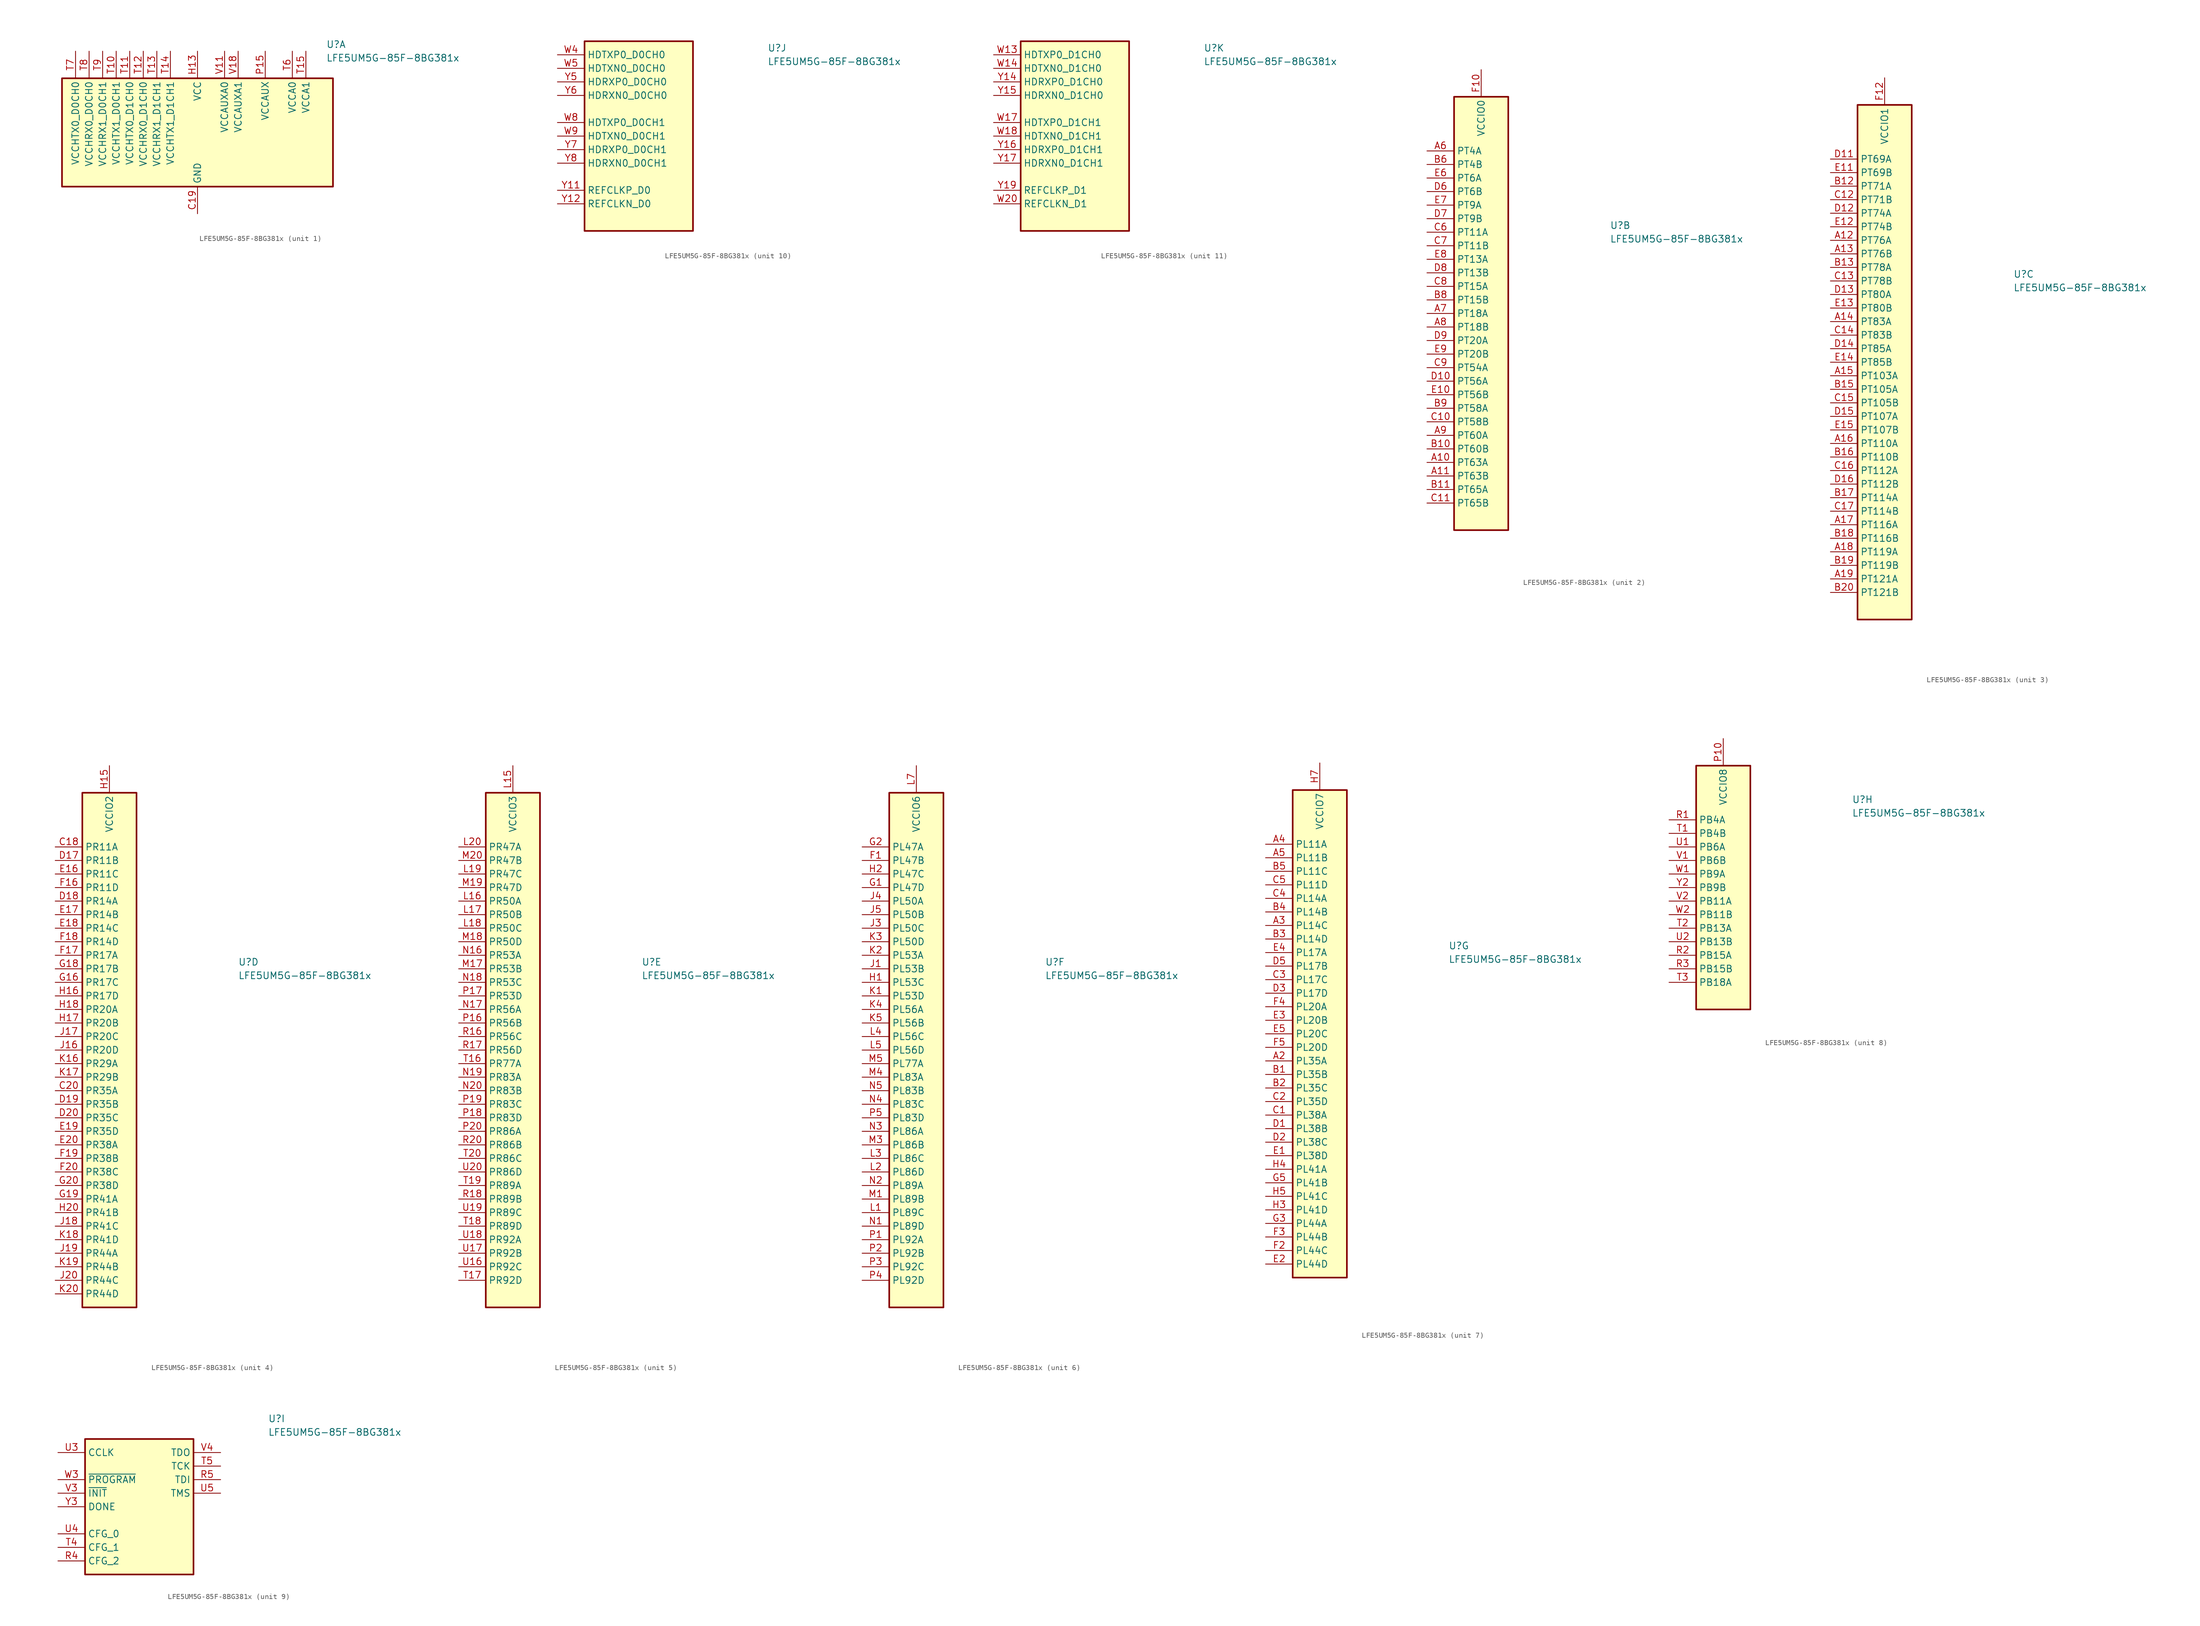
<source format=kicad_sym>
(kicad_symbol_lib
  (version 20220914)
  (generator kicad_symbol_editor)
  (symbol "LFE5UM5G-85F-8BG381x"
    (property "Reference" "U"
      (at 24.13 16.51 0)
      (effects (font (size 1.27 1.27)) (justify left)))
    (property "Value" "LFE5UM5G-85F-8BG381x"
      (at 24.13 13.97 0)
      (effects (font (size 1.27 1.27)) (justify left)))
    (property "ki_locked" ""
      (at 0 0 0)
      (effects (font (size 1.27 1.27))))
    (symbol "LFE5UM5G-85F-8BG381x_1_1"
      (rectangle (start -25.4 10.16) (end 25.4 -10.16) (stroke (width 0.305) (type default)) (fill (type background)))
      (pin passive line (at 0 -15.24 90) (length 5.08) hide (name "GND" (effects (font (size 1.27 1.27)))) (number "B14" (effects (font (size 1.27 1.27)))))
      (pin passive line (at 0 -15.24 90) (length 5.08) hide (name "GND" (effects (font (size 1.27 1.27)))) (number "B7" (effects (font (size 1.27 1.27)))))
      (pin power_in line (at 0 -15.24 90) (length 5.08) (name "GND" (effects (font (size 1.27 1.27)))) (number "C19" (effects (font (size 1.27 1.27)))))
      (pin passive line (at 0 -15.24 90) (length 5.08) hide (name "GND" (effects (font (size 1.27 1.27)))) (number "D4" (effects (font (size 1.27 1.27)))))
      (pin passive line (at 0 -15.24 90) (length 5.08) hide (name "GND" (effects (font (size 1.27 1.27)))) (number "F13" (effects (font (size 1.27 1.27)))))
      (pin passive line (at 0 -15.24 90) (length 5.08) hide (name "GND" (effects (font (size 1.27 1.27)))) (number "F14" (effects (font (size 1.27 1.27)))))
      (pin passive line (at 12.7 15.24 270) (length 5.08) hide (name "VCCAUX" (effects (font (size 1.27 1.27)))) (number "F15" (effects (font (size 1.27 1.27)))))
      (pin passive line (at 12.7 15.24 270) (length 5.08) hide (name "VCCAUX" (effects (font (size 1.27 1.27)))) (number "F6" (effects (font (size 1.27 1.27)))))
      (pin passive line (at 0 -15.24 90) (length 5.08) hide (name "GND" (effects (font (size 1.27 1.27)))) (number "F7" (effects (font (size 1.27 1.27)))))
      (pin passive line (at 0 -15.24 90) (length 5.08) hide (name "GND" (effects (font (size 1.27 1.27)))) (number "F8" (effects (font (size 1.27 1.27)))))
      (pin passive line (at 0 -15.24 90) (length 5.08) hide (name "GND" (effects (font (size 1.27 1.27)))) (number "G10" (effects (font (size 1.27 1.27)))))
      (pin passive line (at 0 -15.24 90) (length 5.08) hide (name "GND" (effects (font (size 1.27 1.27)))) (number "G11" (effects (font (size 1.27 1.27)))))
      (pin passive line (at 0 -15.24 90) (length 5.08) hide (name "GND" (effects (font (size 1.27 1.27)))) (number "G12" (effects (font (size 1.27 1.27)))))
      (pin passive line (at 0 -15.24 90) (length 5.08) hide (name "GND" (effects (font (size 1.27 1.27)))) (number "G13" (effects (font (size 1.27 1.27)))))
      (pin passive line (at 0 -15.24 90) (length 5.08) hide (name "GND" (effects (font (size 1.27 1.27)))) (number "G14" (effects (font (size 1.27 1.27)))))
      (pin passive line (at 0 -15.24 90) (length 5.08) hide (name "GND" (effects (font (size 1.27 1.27)))) (number "G15" (effects (font (size 1.27 1.27)))))
      (pin passive line (at 0 -15.24 90) (length 5.08) hide (name "GND" (effects (font (size 1.27 1.27)))) (number "G17" (effects (font (size 1.27 1.27)))))
      (pin passive line (at 0 -15.24 90) (length 5.08) hide (name "GND" (effects (font (size 1.27 1.27)))) (number "G4" (effects (font (size 1.27 1.27)))))
      (pin passive line (at 0 -15.24 90) (length 5.08) hide (name "GND" (effects (font (size 1.27 1.27)))) (number "G6" (effects (font (size 1.27 1.27)))))
      (pin passive line (at 0 -15.24 90) (length 5.08) hide (name "GND" (effects (font (size 1.27 1.27)))) (number "G7" (effects (font (size 1.27 1.27)))))
      (pin passive line (at 0 -15.24 90) (length 5.08) hide (name "GND" (effects (font (size 1.27 1.27)))) (number "G8" (effects (font (size 1.27 1.27)))))
      (pin passive line (at 0 -15.24 90) (length 5.08) hide (name "GND" (effects (font (size 1.27 1.27)))) (number "G9" (effects (font (size 1.27 1.27)))))
      (pin passive line (at 0 15.24 270) (length 5.08) hide (name "VCC" (effects (font (size 1.27 1.27)))) (number "H10" (effects (font (size 1.27 1.27)))))
      (pin passive line (at 0 15.24 270) (length 5.08) hide (name "VCC" (effects (font (size 1.27 1.27)))) (number "H11" (effects (font (size 1.27 1.27)))))
      (pin passive line (at 0 15.24 270) (length 5.08) hide (name "VCC" (effects (font (size 1.27 1.27)))) (number "H12" (effects (font (size 1.27 1.27)))))
      (pin power_in line (at 0 15.24 270) (length 5.08) (name "VCC" (effects (font (size 1.27 1.27)))) (number "H13" (effects (font (size 1.27 1.27)))))
      (pin passive line (at 0 -15.24 90) (length 5.08) hide (name "GND" (effects (font (size 1.27 1.27)))) (number "H19" (effects (font (size 1.27 1.27)))))
      (pin passive line (at 0 15.24 270) (length 5.08) hide (name "VCC" (effects (font (size 1.27 1.27)))) (number "H8" (effects (font (size 1.27 1.27)))))
      (pin passive line (at 0 15.24 270) (length 5.08) hide (name "VCC" (effects (font (size 1.27 1.27)))) (number "H9" (effects (font (size 1.27 1.27)))))
      (pin passive line (at 0 -15.24 90) (length 5.08) hide (name "GND" (effects (font (size 1.27 1.27)))) (number "J10" (effects (font (size 1.27 1.27)))))
      (pin passive line (at 0 -15.24 90) (length 5.08) hide (name "GND" (effects (font (size 1.27 1.27)))) (number "J11" (effects (font (size 1.27 1.27)))))
      (pin passive line (at 0 -15.24 90) (length 5.08) hide (name "GND" (effects (font (size 1.27 1.27)))) (number "J12" (effects (font (size 1.27 1.27)))))
      (pin passive line (at 0 15.24 270) (length 5.08) hide (name "VCC" (effects (font (size 1.27 1.27)))) (number "J13" (effects (font (size 1.27 1.27)))))
      (pin passive line (at 0 -15.24 90) (length 5.08) hide (name "GND" (effects (font (size 1.27 1.27)))) (number "J14" (effects (font (size 1.27 1.27)))))
      (pin passive line (at 0 -15.24 90) (length 5.08) hide (name "GND" (effects (font (size 1.27 1.27)))) (number "J2" (effects (font (size 1.27 1.27)))))
      (pin passive line (at 0 -15.24 90) (length 5.08) hide (name "GND" (effects (font (size 1.27 1.27)))) (number "J7" (effects (font (size 1.27 1.27)))))
      (pin passive line (at 0 15.24 270) (length 5.08) hide (name "VCC" (effects (font (size 1.27 1.27)))) (number "J8" (effects (font (size 1.27 1.27)))))
      (pin passive line (at 0 -15.24 90) (length 5.08) hide (name "GND" (effects (font (size 1.27 1.27)))) (number "J9" (effects (font (size 1.27 1.27)))))
      (pin passive line (at 0 -15.24 90) (length 5.08) hide (name "GND" (effects (font (size 1.27 1.27)))) (number "K10" (effects (font (size 1.27 1.27)))))
      (pin passive line (at 0 -15.24 90) (length 5.08) hide (name "GND" (effects (font (size 1.27 1.27)))) (number "K11" (effects (font (size 1.27 1.27)))))
      (pin passive line (at 0 -15.24 90) (length 5.08) hide (name "GND" (effects (font (size 1.27 1.27)))) (number "K12" (effects (font (size 1.27 1.27)))))
      (pin passive line (at 0 15.24 270) (length 5.08) hide (name "VCC" (effects (font (size 1.27 1.27)))) (number "K13" (effects (font (size 1.27 1.27)))))
      (pin passive line (at 0 -15.24 90) (length 5.08) hide (name "GND" (effects (font (size 1.27 1.27)))) (number "K14" (effects (font (size 1.27 1.27)))))
      (pin passive line (at 0 -15.24 90) (length 5.08) hide (name "GND" (effects (font (size 1.27 1.27)))) (number "K15" (effects (font (size 1.27 1.27)))))
      (pin passive line (at 0 -15.24 90) (length 5.08) hide (name "GND" (effects (font (size 1.27 1.27)))) (number "K6" (effects (font (size 1.27 1.27)))))
      (pin passive line (at 0 -15.24 90) (length 5.08) hide (name "GND" (effects (font (size 1.27 1.27)))) (number "K7" (effects (font (size 1.27 1.27)))))
      (pin passive line (at 0 15.24 270) (length 5.08) hide (name "VCC" (effects (font (size 1.27 1.27)))) (number "K8" (effects (font (size 1.27 1.27)))))
      (pin passive line (at 0 -15.24 90) (length 5.08) hide (name "GND" (effects (font (size 1.27 1.27)))) (number "K9" (effects (font (size 1.27 1.27)))))
      (pin passive line (at 0 -15.24 90) (length 5.08) hide (name "GND" (effects (font (size 1.27 1.27)))) (number "L10" (effects (font (size 1.27 1.27)))))
      (pin passive line (at 0 -15.24 90) (length 5.08) hide (name "GND" (effects (font (size 1.27 1.27)))) (number "L11" (effects (font (size 1.27 1.27)))))
      (pin passive line (at 0 -15.24 90) (length 5.08) hide (name "GND" (effects (font (size 1.27 1.27)))) (number "L12" (effects (font (size 1.27 1.27)))))
      (pin passive line (at 0 15.24 270) (length 5.08) hide (name "VCC" (effects (font (size 1.27 1.27)))) (number "L13" (effects (font (size 1.27 1.27)))))
      (pin passive line (at 0 15.24 270) (length 5.08) hide (name "VCC" (effects (font (size 1.27 1.27)))) (number "L8" (effects (font (size 1.27 1.27)))))
      (pin passive line (at 0 -15.24 90) (length 5.08) hide (name "GND" (effects (font (size 1.27 1.27)))) (number "L9" (effects (font (size 1.27 1.27)))))
      (pin passive line (at 0 -15.24 90) (length 5.08) hide (name "GND" (effects (font (size 1.27 1.27)))) (number "M10" (effects (font (size 1.27 1.27)))))
      (pin passive line (at 0 -15.24 90) (length 5.08) hide (name "GND" (effects (font (size 1.27 1.27)))) (number "M11" (effects (font (size 1.27 1.27)))))
      (pin passive line (at 0 -15.24 90) (length 5.08) hide (name "GND" (effects (font (size 1.27 1.27)))) (number "M12" (effects (font (size 1.27 1.27)))))
      (pin passive line (at 0 15.24 270) (length 5.08) hide (name "VCC" (effects (font (size 1.27 1.27)))) (number "M13" (effects (font (size 1.27 1.27)))))
      (pin passive line (at 0 -15.24 90) (length 5.08) hide (name "GND" (effects (font (size 1.27 1.27)))) (number "M14" (effects (font (size 1.27 1.27)))))
      (pin passive line (at 0 -15.24 90) (length 5.08) hide (name "GND" (effects (font (size 1.27 1.27)))) (number "M16" (effects (font (size 1.27 1.27)))))
      (pin passive line (at 0 -15.24 90) (length 5.08) hide (name "GND" (effects (font (size 1.27 1.27)))) (number "M2" (effects (font (size 1.27 1.27)))))
      (pin passive line (at 0 -15.24 90) (length 5.08) hide (name "GND" (effects (font (size 1.27 1.27)))) (number "M7" (effects (font (size 1.27 1.27)))))
      (pin passive line (at 0 15.24 270) (length 5.08) hide (name "VCC" (effects (font (size 1.27 1.27)))) (number "M8" (effects (font (size 1.27 1.27)))))
      (pin passive line (at 0 -15.24 90) (length 5.08) hide (name "GND" (effects (font (size 1.27 1.27)))) (number "M9" (effects (font (size 1.27 1.27)))))
      (pin passive line (at 0 15.24 270) (length 5.08) hide (name "VCC" (effects (font (size 1.27 1.27)))) (number "N10" (effects (font (size 1.27 1.27)))))
      (pin passive line (at 0 15.24 270) (length 5.08) hide (name "VCC" (effects (font (size 1.27 1.27)))) (number "N11" (effects (font (size 1.27 1.27)))))
      (pin passive line (at 0 15.24 270) (length 5.08) hide (name "VCC" (effects (font (size 1.27 1.27)))) (number "N12" (effects (font (size 1.27 1.27)))))
      (pin passive line (at 0 15.24 270) (length 5.08) hide (name "VCC" (effects (font (size 1.27 1.27)))) (number "N13" (effects (font (size 1.27 1.27)))))
      (pin passive line (at 0 -15.24 90) (length 5.08) hide (name "GND" (effects (font (size 1.27 1.27)))) (number "N14" (effects (font (size 1.27 1.27)))))
      (pin passive line (at 0 -15.24 90) (length 5.08) hide (name "GND" (effects (font (size 1.27 1.27)))) (number "N15" (effects (font (size 1.27 1.27)))))
      (pin passive line (at 0 -15.24 90) (length 5.08) hide (name "GND" (effects (font (size 1.27 1.27)))) (number "N6" (effects (font (size 1.27 1.27)))))
      (pin passive line (at 0 -15.24 90) (length 5.08) hide (name "GND" (effects (font (size 1.27 1.27)))) (number "N7" (effects (font (size 1.27 1.27)))))
      (pin passive line (at 0 15.24 270) (length 5.08) hide (name "VCC" (effects (font (size 1.27 1.27)))) (number "N8" (effects (font (size 1.27 1.27)))))
      (pin passive line (at 0 15.24 270) (length 5.08) hide (name "VCC" (effects (font (size 1.27 1.27)))) (number "N9" (effects (font (size 1.27 1.27)))))
      (pin passive line (at 0 -15.24 90) (length 5.08) hide (name "GND" (effects (font (size 1.27 1.27)))) (number "P11" (effects (font (size 1.27 1.27)))))
      (pin passive line (at 0 -15.24 90) (length 5.08) hide (name "GND" (effects (font (size 1.27 1.27)))) (number "P12" (effects (font (size 1.27 1.27)))))
      (pin passive line (at 0 -15.24 90) (length 5.08) hide (name "GND" (effects (font (size 1.27 1.27)))) (number "P13" (effects (font (size 1.27 1.27)))))
      (pin passive line (at 0 -15.24 90) (length 5.08) hide (name "GND" (effects (font (size 1.27 1.27)))) (number "P14" (effects (font (size 1.27 1.27)))))
      (pin power_in line (at 12.7 15.24 270) (length 5.08) (name "VCCAUX" (effects (font (size 1.27 1.27)))) (number "P15" (effects (font (size 1.27 1.27)))))
      (pin passive line (at 12.7 15.24 270) (length 5.08) hide (name "VCCAUX" (effects (font (size 1.27 1.27)))) (number "P6" (effects (font (size 1.27 1.27)))))
      (pin passive line (at 0 -15.24 90) (length 5.08) hide (name "GND" (effects (font (size 1.27 1.27)))) (number "P7" (effects (font (size 1.27 1.27)))))
      (pin passive line (at 0 -15.24 90) (length 5.08) hide (name "GND" (effects (font (size 1.27 1.27)))) (number "P8" (effects (font (size 1.27 1.27)))))
      (pin passive line (at 0 -15.24 90) (length 5.08) hide (name "GND" (effects (font (size 1.27 1.27)))) (number "R19" (effects (font (size 1.27 1.27)))))
      (pin power_in line (at -15.24 15.24 270) (length 5.08) (name "VCCHTX1_D0CH1" (effects (font (size 1.27 1.27)))) (number "T10" (effects (font (size 1.27 1.27)))))
      (pin power_in line (at -12.7 15.24 270) (length 5.08) (name "VCCHTX0_D1CH0" (effects (font (size 1.27 1.27)))) (number "T11" (effects (font (size 1.27 1.27)))))
      (pin power_in line (at -10.16 15.24 270) (length 5.08) (name "VCCHRX0_D1CH0" (effects (font (size 1.27 1.27)))) (number "T12" (effects (font (size 1.27 1.27)))))
      (pin power_in line (at -7.62 15.24 270) (length 5.08) (name "VCCHRX1_D1CH1" (effects (font (size 1.27 1.27)))) (number "T13" (effects (font (size 1.27 1.27)))))
      (pin power_in line (at -5.08 15.24 270) (length 5.08) (name "VCCHTX1_D1CH1" (effects (font (size 1.27 1.27)))) (number "T14" (effects (font (size 1.27 1.27)))))
      (pin power_in line (at 20.32 15.24 270) (length 5.08) (name "VCCA1" (effects (font (size 1.27 1.27)))) (number "T15" (effects (font (size 1.27 1.27)))))
      (pin power_in line (at 17.78 15.24 270) (length 5.08) (name "VCCA0" (effects (font (size 1.27 1.27)))) (number "T6" (effects (font (size 1.27 1.27)))))
      (pin power_in line (at -22.86 15.24 270) (length 5.08) (name "VCCHTX0_D0CH0" (effects (font (size 1.27 1.27)))) (number "T7" (effects (font (size 1.27 1.27)))))
      (pin power_in line (at -20.32 15.24 270) (length 5.08) (name "VCCHRX0_D0CH0" (effects (font (size 1.27 1.27)))) (number "T8" (effects (font (size 1.27 1.27)))))
      (pin power_in line (at -17.78 15.24 270) (length 5.08) (name "VCCHRX1_D0CH1" (effects (font (size 1.27 1.27)))) (number "T9" (effects (font (size 1.27 1.27)))))
      (pin passive line (at 0 -15.24 90) (length 5.08) hide (name "GND" (effects (font (size 1.27 1.27)))) (number "U10" (effects (font (size 1.27 1.27)))))
      (pin passive line (at 0 -15.24 90) (length 5.08) hide (name "GND" (effects (font (size 1.27 1.27)))) (number "U11" (effects (font (size 1.27 1.27)))))
      (pin passive line (at 0 -15.24 90) (length 5.08) hide (name "GND" (effects (font (size 1.27 1.27)))) (number "U12" (effects (font (size 1.27 1.27)))))
      (pin passive line (at 0 -15.24 90) (length 5.08) hide (name "GND" (effects (font (size 1.27 1.27)))) (number "U13" (effects (font (size 1.27 1.27)))))
      (pin passive line (at 0 -15.24 90) (length 5.08) hide (name "GND" (effects (font (size 1.27 1.27)))) (number "U14" (effects (font (size 1.27 1.27)))))
      (pin passive line (at 20.32 15.24 270) (length 5.08) hide (name "VCCA1" (effects (font (size 1.27 1.27)))) (number "U15" (effects (font (size 1.27 1.27)))))
      (pin passive line (at 17.78 15.24 270) (length 5.08) hide (name "VCCA0" (effects (font (size 1.27 1.27)))) (number "U6" (effects (font (size 1.27 1.27)))))
      (pin passive line (at 0 -15.24 90) (length 5.08) hide (name "GND" (effects (font (size 1.27 1.27)))) (number "U7" (effects (font (size 1.27 1.27)))))
      (pin passive line (at 0 -15.24 90) (length 5.08) hide (name "GND" (effects (font (size 1.27 1.27)))) (number "U8" (effects (font (size 1.27 1.27)))))
      (pin passive line (at 0 -15.24 90) (length 5.08) hide (name "GND" (effects (font (size 1.27 1.27)))) (number "U9" (effects (font (size 1.27 1.27)))))
      (pin passive line (at 5.08 15.24 270) (length 5.08) hide (name "VCCAUXA0" (effects (font (size 1.27 1.27)))) (number "V10" (effects (font (size 1.27 1.27)))))
      (pin power_in line (at 5.08 15.24 270) (length 5.08) (name "VCCAUXA0" (effects (font (size 1.27 1.27)))) (number "V11" (effects (font (size 1.27 1.27)))))
      (pin passive line (at 0 -15.24 90) (length 5.08) hide (name "GND" (effects (font (size 1.27 1.27)))) (number "V12" (effects (font (size 1.27 1.27)))))
      (pin passive line (at 0 -15.24 90) (length 5.08) hide (name "GND" (effects (font (size 1.27 1.27)))) (number "V13" (effects (font (size 1.27 1.27)))))
      (pin passive line (at 0 -15.24 90) (length 5.08) hide (name "GND" (effects (font (size 1.27 1.27)))) (number "V14" (effects (font (size 1.27 1.27)))))
      (pin passive line (at 0 -15.24 90) (length 5.08) hide (name "GND" (effects (font (size 1.27 1.27)))) (number "V15" (effects (font (size 1.27 1.27)))))
      (pin passive line (at 0 -15.24 90) (length 5.08) hide (name "GND" (effects (font (size 1.27 1.27)))) (number "V16" (effects (font (size 1.27 1.27)))))
      (pin passive line (at 7.62 15.24 270) (length 5.08) hide (name "VCCAUXA1" (effects (font (size 1.27 1.27)))) (number "V17" (effects (font (size 1.27 1.27)))))
      (pin power_in line (at 7.62 15.24 270) (length 5.08) (name "VCCAUXA1" (effects (font (size 1.27 1.27)))) (number "V18" (effects (font (size 1.27 1.27)))))
      (pin passive line (at 0 -15.24 90) (length 5.08) hide (name "GND" (effects (font (size 1.27 1.27)))) (number "V19" (effects (font (size 1.27 1.27)))))
      (pin passive line (at 0 -15.24 90) (length 5.08) hide (name "GND" (effects (font (size 1.27 1.27)))) (number "V20" (effects (font (size 1.27 1.27)))))
      (pin passive line (at 0 -15.24 90) (length 5.08) hide (name "GND" (effects (font (size 1.27 1.27)))) (number "V5" (effects (font (size 1.27 1.27)))))
      (pin passive line (at 0 -15.24 90) (length 5.08) hide (name "GND" (effects (font (size 1.27 1.27)))) (number "V6" (effects (font (size 1.27 1.27)))))
      (pin passive line (at 0 -15.24 90) (length 5.08) hide (name "GND" (effects (font (size 1.27 1.27)))) (number "V7" (effects (font (size 1.27 1.27)))))
      (pin passive line (at 0 -15.24 90) (length 5.08) hide (name "GND" (effects (font (size 1.27 1.27)))) (number "V8" (effects (font (size 1.27 1.27)))))
      (pin passive line (at 0 -15.24 90) (length 5.08) hide (name "GND" (effects (font (size 1.27 1.27)))) (number "V9" (effects (font (size 1.27 1.27)))))
      (pin passive line (at 0 -15.24 90) (length 5.08) hide (name "GND" (effects (font (size 1.27 1.27)))) (number "W12" (effects (font (size 1.27 1.27)))))
      (pin passive line (at 0 -15.24 90) (length 5.08) hide (name "GND" (effects (font (size 1.27 1.27)))) (number "W15" (effects (font (size 1.27 1.27)))))
      (pin passive line (at 0 -15.24 90) (length 5.08) hide (name "GND" (effects (font (size 1.27 1.27)))) (number "W16" (effects (font (size 1.27 1.27)))))
      (pin passive line (at 0 -15.24 90) (length 5.08) hide (name "GND" (effects (font (size 1.27 1.27)))) (number "W19" (effects (font (size 1.27 1.27)))))
      (pin passive line (at 0 -15.24 90) (length 5.08) hide (name "GND" (effects (font (size 1.27 1.27)))) (number "W6" (effects (font (size 1.27 1.27)))))
      (pin passive line (at 0 -15.24 90) (length 5.08) hide (name "GND" (effects (font (size 1.27 1.27)))) (number "W7" (effects (font (size 1.27 1.27))))))
    (symbol "LFE5UM5G-85F-8BG381x_2_1"
      (rectangle (start -5.08 40.64) (end 5.08 -40.64) (stroke (width 0.305) (type default)) (fill (type background)))
      (pin bidirectional line (at -10.16 -27.94 0) (length 5.08) (name "PT63A" (effects (font (size 1.27 1.27)))) (number "A10" (effects (font (size 1.27 1.27)))))
      (pin bidirectional line (at -10.16 -30.48 0) (length 5.08) (name "PT63B" (effects (font (size 1.27 1.27)))) (number "A11" (effects (font (size 1.27 1.27)))))
      (pin bidirectional line (at -10.16 30.48 0) (length 5.08) (name "PT4A" (effects (font (size 1.27 1.27)))) (number "A6" (effects (font (size 1.27 1.27)))))
      (pin bidirectional line (at -10.16 0 0) (length 5.08) (name "PT18A" (effects (font (size 1.27 1.27)))) (number "A7" (effects (font (size 1.27 1.27)))))
      (pin bidirectional line (at -10.16 -2.54 0) (length 5.08) (name "PT18B" (effects (font (size 1.27 1.27)))) (number "A8" (effects (font (size 1.27 1.27)))))
      (pin bidirectional line (at -10.16 -22.86 0) (length 5.08) (name "PT60A" (effects (font (size 1.27 1.27)))) (number "A9" (effects (font (size 1.27 1.27)))))
      (pin bidirectional line (at -10.16 -25.4 0) (length 5.08) (name "PT60B" (effects (font (size 1.27 1.27)))) (number "B10" (effects (font (size 1.27 1.27)))))
      (pin bidirectional line (at -10.16 -33.02 0) (length 5.08) (name "PT65A" (effects (font (size 1.27 1.27)))) (number "B11" (effects (font (size 1.27 1.27)))))
      (pin bidirectional line (at -10.16 27.94 0) (length 5.08) (name "PT4B" (effects (font (size 1.27 1.27)))) (number "B6" (effects (font (size 1.27 1.27)))))
      (pin bidirectional line (at -10.16 2.54 0) (length 5.08) (name "PT15B" (effects (font (size 1.27 1.27)))) (number "B8" (effects (font (size 1.27 1.27)))))
      (pin bidirectional line (at -10.16 -17.78 0) (length 5.08) (name "PT58A" (effects (font (size 1.27 1.27)))) (number "B9" (effects (font (size 1.27 1.27)))))
      (pin bidirectional line (at -10.16 -20.32 0) (length 5.08) (name "PT58B" (effects (font (size 1.27 1.27)))) (number "C10" (effects (font (size 1.27 1.27)))))
      (pin bidirectional line (at -10.16 -35.56 0) (length 5.08) (name "PT65B" (effects (font (size 1.27 1.27)))) (number "C11" (effects (font (size 1.27 1.27)))))
      (pin bidirectional line (at -10.16 15.24 0) (length 5.08) (name "PT11A" (effects (font (size 1.27 1.27)))) (number "C6" (effects (font (size 1.27 1.27)))))
      (pin bidirectional line (at -10.16 12.7 0) (length 5.08) (name "PT11B" (effects (font (size 1.27 1.27)))) (number "C7" (effects (font (size 1.27 1.27)))))
      (pin bidirectional line (at -10.16 5.08 0) (length 5.08) (name "PT15A" (effects (font (size 1.27 1.27)))) (number "C8" (effects (font (size 1.27 1.27)))))
      (pin bidirectional line (at -10.16 -10.16 0) (length 5.08) (name "PT54A" (effects (font (size 1.27 1.27)))) (number "C9" (effects (font (size 1.27 1.27)))))
      (pin bidirectional line (at -10.16 -12.7 0) (length 5.08) (name "PT56A" (effects (font (size 1.27 1.27)))) (number "D10" (effects (font (size 1.27 1.27)))))
      (pin bidirectional line (at -10.16 22.86 0) (length 5.08) (name "PT6B" (effects (font (size 1.27 1.27)))) (number "D6" (effects (font (size 1.27 1.27)))))
      (pin bidirectional line (at -10.16 17.78 0) (length 5.08) (name "PT9B" (effects (font (size 1.27 1.27)))) (number "D7" (effects (font (size 1.27 1.27)))))
      (pin bidirectional line (at -10.16 7.62 0) (length 5.08) (name "PT13B" (effects (font (size 1.27 1.27)))) (number "D8" (effects (font (size 1.27 1.27)))))
      (pin bidirectional line (at -10.16 -5.08 0) (length 5.08) (name "PT20A" (effects (font (size 1.27 1.27)))) (number "D9" (effects (font (size 1.27 1.27)))))
      (pin bidirectional line (at -10.16 -15.24 0) (length 5.08) (name "PT56B" (effects (font (size 1.27 1.27)))) (number "E10" (effects (font (size 1.27 1.27)))))
      (pin bidirectional line (at -10.16 25.4 0) (length 5.08) (name "PT6A" (effects (font (size 1.27 1.27)))) (number "E6" (effects (font (size 1.27 1.27)))))
      (pin bidirectional line (at -10.16 20.32 0) (length 5.08) (name "PT9A" (effects (font (size 1.27 1.27)))) (number "E7" (effects (font (size 1.27 1.27)))))
      (pin bidirectional line (at -10.16 10.16 0) (length 5.08) (name "PT13A" (effects (font (size 1.27 1.27)))) (number "E8" (effects (font (size 1.27 1.27)))))
      (pin bidirectional line (at -10.16 -7.62 0) (length 5.08) (name "PT20B" (effects (font (size 1.27 1.27)))) (number "E9" (effects (font (size 1.27 1.27)))))
      (pin power_in line (at 0 45.72 270) (length 5.08) (name "VCCIO0" (effects (font (size 1.27 1.27)))) (number "F10" (effects (font (size 1.27 1.27)))))
      (pin passive line (at 0 45.72 270) (length 5.08) hide (name "VCCIO0" (effects (font (size 1.27 1.27)))) (number "F9" (effects (font (size 1.27 1.27))))))
    (symbol "LFE5UM5G-85F-8BG381x_3_1"
      (rectangle (start -5.08 48.26) (end 5.08 -48.26) (stroke (width 0.305) (type default)) (fill (type background)))
      (pin bidirectional line (at -10.16 22.86 0) (length 5.08) (name "PT76A" (effects (font (size 1.27 1.27)))) (number "A12" (effects (font (size 1.27 1.27)))))
      (pin bidirectional line (at -10.16 20.32 0) (length 5.08) (name "PT76B" (effects (font (size 1.27 1.27)))) (number "A13" (effects (font (size 1.27 1.27)))))
      (pin bidirectional line (at -10.16 7.62 0) (length 5.08) (name "PT83A" (effects (font (size 1.27 1.27)))) (number "A14" (effects (font (size 1.27 1.27)))))
      (pin bidirectional line (at -10.16 -2.54 0) (length 5.08) (name "PT103A" (effects (font (size 1.27 1.27)))) (number "A15" (effects (font (size 1.27 1.27)))))
      (pin bidirectional line (at -10.16 -15.24 0) (length 5.08) (name "PT110A" (effects (font (size 1.27 1.27)))) (number "A16" (effects (font (size 1.27 1.27)))))
      (pin bidirectional line (at -10.16 -30.48 0) (length 5.08) (name "PT116A" (effects (font (size 1.27 1.27)))) (number "A17" (effects (font (size 1.27 1.27)))))
      (pin bidirectional line (at -10.16 -35.56 0) (length 5.08) (name "PT119A" (effects (font (size 1.27 1.27)))) (number "A18" (effects (font (size 1.27 1.27)))))
      (pin bidirectional line (at -10.16 -40.64 0) (length 5.08) (name "PT121A" (effects (font (size 1.27 1.27)))) (number "A19" (effects (font (size 1.27 1.27)))))
      (pin bidirectional line (at -10.16 33.02 0) (length 5.08) (name "PT71A" (effects (font (size 1.27 1.27)))) (number "B12" (effects (font (size 1.27 1.27)))))
      (pin bidirectional line (at -10.16 17.78 0) (length 5.08) (name "PT78A" (effects (font (size 1.27 1.27)))) (number "B13" (effects (font (size 1.27 1.27)))))
      (pin bidirectional line (at -10.16 -5.08 0) (length 5.08) (name "PT105A" (effects (font (size 1.27 1.27)))) (number "B15" (effects (font (size 1.27 1.27)))))
      (pin bidirectional line (at -10.16 -17.78 0) (length 5.08) (name "PT110B" (effects (font (size 1.27 1.27)))) (number "B16" (effects (font (size 1.27 1.27)))))
      (pin bidirectional line (at -10.16 -25.4 0) (length 5.08) (name "PT114A" (effects (font (size 1.27 1.27)))) (number "B17" (effects (font (size 1.27 1.27)))))
      (pin bidirectional line (at -10.16 -33.02 0) (length 5.08) (name "PT116B" (effects (font (size 1.27 1.27)))) (number "B18" (effects (font (size 1.27 1.27)))))
      (pin bidirectional line (at -10.16 -38.1 0) (length 5.08) (name "PT119B" (effects (font (size 1.27 1.27)))) (number "B19" (effects (font (size 1.27 1.27)))))
      (pin bidirectional line (at -10.16 -43.18 0) (length 5.08) (name "PT121B" (effects (font (size 1.27 1.27)))) (number "B20" (effects (font (size 1.27 1.27)))))
      (pin bidirectional line (at -10.16 30.48 0) (length 5.08) (name "PT71B" (effects (font (size 1.27 1.27)))) (number "C12" (effects (font (size 1.27 1.27)))))
      (pin bidirectional line (at -10.16 15.24 0) (length 5.08) (name "PT78B" (effects (font (size 1.27 1.27)))) (number "C13" (effects (font (size 1.27 1.27)))))
      (pin bidirectional line (at -10.16 5.08 0) (length 5.08) (name "PT83B" (effects (font (size 1.27 1.27)))) (number "C14" (effects (font (size 1.27 1.27)))))
      (pin bidirectional line (at -10.16 -7.62 0) (length 5.08) (name "PT105B" (effects (font (size 1.27 1.27)))) (number "C15" (effects (font (size 1.27 1.27)))))
      (pin bidirectional line (at -10.16 -20.32 0) (length 5.08) (name "PT112A" (effects (font (size 1.27 1.27)))) (number "C16" (effects (font (size 1.27 1.27)))))
      (pin bidirectional line (at -10.16 -27.94 0) (length 5.08) (name "PT114B" (effects (font (size 1.27 1.27)))) (number "C17" (effects (font (size 1.27 1.27)))))
      (pin bidirectional line (at -10.16 38.1 0) (length 5.08) (name "PT69A" (effects (font (size 1.27 1.27)))) (number "D11" (effects (font (size 1.27 1.27)))))
      (pin bidirectional line (at -10.16 27.94 0) (length 5.08) (name "PT74A" (effects (font (size 1.27 1.27)))) (number "D12" (effects (font (size 1.27 1.27)))))
      (pin bidirectional line (at -10.16 12.7 0) (length 5.08) (name "PT80A" (effects (font (size 1.27 1.27)))) (number "D13" (effects (font (size 1.27 1.27)))))
      (pin bidirectional line (at -10.16 2.54 0) (length 5.08) (name "PT85A" (effects (font (size 1.27 1.27)))) (number "D14" (effects (font (size 1.27 1.27)))))
      (pin bidirectional line (at -10.16 -10.16 0) (length 5.08) (name "PT107A" (effects (font (size 1.27 1.27)))) (number "D15" (effects (font (size 1.27 1.27)))))
      (pin bidirectional line (at -10.16 -22.86 0) (length 5.08) (name "PT112B" (effects (font (size 1.27 1.27)))) (number "D16" (effects (font (size 1.27 1.27)))))
      (pin bidirectional line (at -10.16 35.56 0) (length 5.08) (name "PT69B" (effects (font (size 1.27 1.27)))) (number "E11" (effects (font (size 1.27 1.27)))))
      (pin bidirectional line (at -10.16 25.4 0) (length 5.08) (name "PT74B" (effects (font (size 1.27 1.27)))) (number "E12" (effects (font (size 1.27 1.27)))))
      (pin bidirectional line (at -10.16 10.16 0) (length 5.08) (name "PT80B" (effects (font (size 1.27 1.27)))) (number "E13" (effects (font (size 1.27 1.27)))))
      (pin bidirectional line (at -10.16 0 0) (length 5.08) (name "PT85B" (effects (font (size 1.27 1.27)))) (number "E14" (effects (font (size 1.27 1.27)))))
      (pin bidirectional line (at -10.16 -12.7 0) (length 5.08) (name "PT107B" (effects (font (size 1.27 1.27)))) (number "E15" (effects (font (size 1.27 1.27)))))
      (pin passive line (at 0 53.34 270) (length 5.08) hide (name "VCCIO1" (effects (font (size 1.27 1.27)))) (number "F11" (effects (font (size 1.27 1.27)))))
      (pin power_in line (at 0 53.34 270) (length 5.08) (name "VCCIO1" (effects (font (size 1.27 1.27)))) (number "F12" (effects (font (size 1.27 1.27))))))
    (symbol "LFE5UM5G-85F-8BG381x_4_1"
      (rectangle (start -5.08 48.26) (end 5.08 -48.26) (stroke (width 0.305) (type default)) (fill (type background)))
      (pin bidirectional line (at -10.16 38.1 0) (length 5.08) (name "PR11A" (effects (font (size 1.27 1.27)))) (number "C18" (effects (font (size 1.27 1.27)))))
      (pin bidirectional line (at -10.16 -7.62 0) (length 5.08) (name "PR35A" (effects (font (size 1.27 1.27)))) (number "C20" (effects (font (size 1.27 1.27)))))
      (pin bidirectional line (at -10.16 35.56 0) (length 5.08) (name "PR11B" (effects (font (size 1.27 1.27)))) (number "D17" (effects (font (size 1.27 1.27)))))
      (pin bidirectional line (at -10.16 27.94 0) (length 5.08) (name "PR14A" (effects (font (size 1.27 1.27)))) (number "D18" (effects (font (size 1.27 1.27)))))
      (pin bidirectional line (at -10.16 -10.16 0) (length 5.08) (name "PR35B" (effects (font (size 1.27 1.27)))) (number "D19" (effects (font (size 1.27 1.27)))))
      (pin bidirectional line (at -10.16 -12.7 0) (length 5.08) (name "PR35C" (effects (font (size 1.27 1.27)))) (number "D20" (effects (font (size 1.27 1.27)))))
      (pin bidirectional line (at -10.16 33.02 0) (length 5.08) (name "PR11C" (effects (font (size 1.27 1.27)))) (number "E16" (effects (font (size 1.27 1.27)))))
      (pin bidirectional line (at -10.16 25.4 0) (length 5.08) (name "PR14B" (effects (font (size 1.27 1.27)))) (number "E17" (effects (font (size 1.27 1.27)))))
      (pin bidirectional line (at -10.16 22.86 0) (length 5.08) (name "PR14C" (effects (font (size 1.27 1.27)))) (number "E18" (effects (font (size 1.27 1.27)))))
      (pin bidirectional line (at -10.16 -15.24 0) (length 5.08) (name "PR35D" (effects (font (size 1.27 1.27)))) (number "E19" (effects (font (size 1.27 1.27)))))
      (pin bidirectional line (at -10.16 -17.78 0) (length 5.08) (name "PR38A" (effects (font (size 1.27 1.27)))) (number "E20" (effects (font (size 1.27 1.27)))))
      (pin bidirectional line (at -10.16 30.48 0) (length 5.08) (name "PR11D" (effects (font (size 1.27 1.27)))) (number "F16" (effects (font (size 1.27 1.27)))))
      (pin bidirectional line (at -10.16 17.78 0) (length 5.08) (name "PR17A" (effects (font (size 1.27 1.27)))) (number "F17" (effects (font (size 1.27 1.27)))))
      (pin bidirectional line (at -10.16 20.32 0) (length 5.08) (name "PR14D" (effects (font (size 1.27 1.27)))) (number "F18" (effects (font (size 1.27 1.27)))))
      (pin bidirectional line (at -10.16 -20.32 0) (length 5.08) (name "PR38B" (effects (font (size 1.27 1.27)))) (number "F19" (effects (font (size 1.27 1.27)))))
      (pin bidirectional line (at -10.16 -22.86 0) (length 5.08) (name "PR38C" (effects (font (size 1.27 1.27)))) (number "F20" (effects (font (size 1.27 1.27)))))
      (pin bidirectional line (at -10.16 12.7 0) (length 5.08) (name "PR17C" (effects (font (size 1.27 1.27)))) (number "G16" (effects (font (size 1.27 1.27)))))
      (pin bidirectional line (at -10.16 15.24 0) (length 5.08) (name "PR17B" (effects (font (size 1.27 1.27)))) (number "G18" (effects (font (size 1.27 1.27)))))
      (pin bidirectional line (at -10.16 -27.94 0) (length 5.08) (name "PR41A" (effects (font (size 1.27 1.27)))) (number "G19" (effects (font (size 1.27 1.27)))))
      (pin bidirectional line (at -10.16 -25.4 0) (length 5.08) (name "PR38D" (effects (font (size 1.27 1.27)))) (number "G20" (effects (font (size 1.27 1.27)))))
      (pin passive line (at 0 53.34 270) (length 5.08) hide (name "VCCIO2" (effects (font (size 1.27 1.27)))) (number "H14" (effects (font (size 1.27 1.27)))))
      (pin power_in line (at 0 53.34 270) (length 5.08) (name "VCCIO2" (effects (font (size 1.27 1.27)))) (number "H15" (effects (font (size 1.27 1.27)))))
      (pin bidirectional line (at -10.16 10.16 0) (length 5.08) (name "PR17D" (effects (font (size 1.27 1.27)))) (number "H16" (effects (font (size 1.27 1.27)))))
      (pin bidirectional line (at -10.16 5.08 0) (length 5.08) (name "PR20B" (effects (font (size 1.27 1.27)))) (number "H17" (effects (font (size 1.27 1.27)))))
      (pin bidirectional line (at -10.16 7.62 0) (length 5.08) (name "PR20A" (effects (font (size 1.27 1.27)))) (number "H18" (effects (font (size 1.27 1.27)))))
      (pin bidirectional line (at -10.16 -30.48 0) (length 5.08) (name "PR41B" (effects (font (size 1.27 1.27)))) (number "H20" (effects (font (size 1.27 1.27)))))
      (pin passive line (at 0 53.34 270) (length 5.08) hide (name "VCCIO2" (effects (font (size 1.27 1.27)))) (number "J15" (effects (font (size 1.27 1.27)))))
      (pin bidirectional line (at -10.16 0 0) (length 5.08) (name "PR20D" (effects (font (size 1.27 1.27)))) (number "J16" (effects (font (size 1.27 1.27)))))
      (pin bidirectional line (at -10.16 2.54 0) (length 5.08) (name "PR20C" (effects (font (size 1.27 1.27)))) (number "J17" (effects (font (size 1.27 1.27)))))
      (pin bidirectional line (at -10.16 -33.02 0) (length 5.08) (name "PR41C" (effects (font (size 1.27 1.27)))) (number "J18" (effects (font (size 1.27 1.27)))))
      (pin bidirectional line (at -10.16 -38.1 0) (length 5.08) (name "PR44A" (effects (font (size 1.27 1.27)))) (number "J19" (effects (font (size 1.27 1.27)))))
      (pin bidirectional line (at -10.16 -43.18 0) (length 5.08) (name "PR44C" (effects (font (size 1.27 1.27)))) (number "J20" (effects (font (size 1.27 1.27)))))
      (pin bidirectional line (at -10.16 -2.54 0) (length 5.08) (name "PR29A" (effects (font (size 1.27 1.27)))) (number "K16" (effects (font (size 1.27 1.27)))))
      (pin bidirectional line (at -10.16 -5.08 0) (length 5.08) (name "PR29B" (effects (font (size 1.27 1.27)))) (number "K17" (effects (font (size 1.27 1.27)))))
      (pin bidirectional line (at -10.16 -35.56 0) (length 5.08) (name "PR41D" (effects (font (size 1.27 1.27)))) (number "K18" (effects (font (size 1.27 1.27)))))
      (pin bidirectional line (at -10.16 -40.64 0) (length 5.08) (name "PR44B" (effects (font (size 1.27 1.27)))) (number "K19" (effects (font (size 1.27 1.27)))))
      (pin bidirectional line (at -10.16 -45.72 0) (length 5.08) (name "PR44D" (effects (font (size 1.27 1.27)))) (number "K20" (effects (font (size 1.27 1.27))))))
    (symbol "LFE5UM5G-85F-8BG381x_5_1"
      (rectangle (start -5.08 48.26) (end 5.08 -48.26) (stroke (width 0.305) (type default)) (fill (type background)))
      (pin passive line (at 0 53.34 270) (length 5.08) hide (name "VCCIO3" (effects (font (size 1.27 1.27)))) (number "L14" (effects (font (size 1.27 1.27)))))
      (pin power_in line (at 0 53.34 270) (length 5.08) (name "VCCIO3" (effects (font (size 1.27 1.27)))) (number "L15" (effects (font (size 1.27 1.27)))))
      (pin bidirectional line (at -10.16 27.94 0) (length 5.08) (name "PR50A" (effects (font (size 1.27 1.27)))) (number "L16" (effects (font (size 1.27 1.27)))))
      (pin bidirectional line (at -10.16 25.4 0) (length 5.08) (name "PR50B" (effects (font (size 1.27 1.27)))) (number "L17" (effects (font (size 1.27 1.27)))))
      (pin bidirectional line (at -10.16 22.86 0) (length 5.08) (name "PR50C" (effects (font (size 1.27 1.27)))) (number "L18" (effects (font (size 1.27 1.27)))))
      (pin bidirectional line (at -10.16 33.02 0) (length 5.08) (name "PR47C" (effects (font (size 1.27 1.27)))) (number "L19" (effects (font (size 1.27 1.27)))))
      (pin bidirectional line (at -10.16 38.1 0) (length 5.08) (name "PR47A" (effects (font (size 1.27 1.27)))) (number "L20" (effects (font (size 1.27 1.27)))))
      (pin passive line (at 0 53.34 270) (length 5.08) hide (name "VCCIO3" (effects (font (size 1.27 1.27)))) (number "M15" (effects (font (size 1.27 1.27)))))
      (pin bidirectional line (at -10.16 15.24 0) (length 5.08) (name "PR53B" (effects (font (size 1.27 1.27)))) (number "M17" (effects (font (size 1.27 1.27)))))
      (pin bidirectional line (at -10.16 20.32 0) (length 5.08) (name "PR50D" (effects (font (size 1.27 1.27)))) (number "M18" (effects (font (size 1.27 1.27)))))
      (pin bidirectional line (at -10.16 30.48 0) (length 5.08) (name "PR47D" (effects (font (size 1.27 1.27)))) (number "M19" (effects (font (size 1.27 1.27)))))
      (pin bidirectional line (at -10.16 35.56 0) (length 5.08) (name "PR47B" (effects (font (size 1.27 1.27)))) (number "M20" (effects (font (size 1.27 1.27)))))
      (pin bidirectional line (at -10.16 17.78 0) (length 5.08) (name "PR53A" (effects (font (size 1.27 1.27)))) (number "N16" (effects (font (size 1.27 1.27)))))
      (pin bidirectional line (at -10.16 7.62 0) (length 5.08) (name "PR56A" (effects (font (size 1.27 1.27)))) (number "N17" (effects (font (size 1.27 1.27)))))
      (pin bidirectional line (at -10.16 12.7 0) (length 5.08) (name "PR53C" (effects (font (size 1.27 1.27)))) (number "N18" (effects (font (size 1.27 1.27)))))
      (pin bidirectional line (at -10.16 -5.08 0) (length 5.08) (name "PR83A" (effects (font (size 1.27 1.27)))) (number "N19" (effects (font (size 1.27 1.27)))))
      (pin bidirectional line (at -10.16 -7.62 0) (length 5.08) (name "PR83B" (effects (font (size 1.27 1.27)))) (number "N20" (effects (font (size 1.27 1.27)))))
      (pin bidirectional line (at -10.16 5.08 0) (length 5.08) (name "PR56B" (effects (font (size 1.27 1.27)))) (number "P16" (effects (font (size 1.27 1.27)))))
      (pin bidirectional line (at -10.16 10.16 0) (length 5.08) (name "PR53D" (effects (font (size 1.27 1.27)))) (number "P17" (effects (font (size 1.27 1.27)))))
      (pin bidirectional line (at -10.16 -12.7 0) (length 5.08) (name "PR83D" (effects (font (size 1.27 1.27)))) (number "P18" (effects (font (size 1.27 1.27)))))
      (pin bidirectional line (at -10.16 -10.16 0) (length 5.08) (name "PR83C" (effects (font (size 1.27 1.27)))) (number "P19" (effects (font (size 1.27 1.27)))))
      (pin bidirectional line (at -10.16 -15.24 0) (length 5.08) (name "PR86A" (effects (font (size 1.27 1.27)))) (number "P20" (effects (font (size 1.27 1.27)))))
      (pin bidirectional line (at -10.16 2.54 0) (length 5.08) (name "PR56C" (effects (font (size 1.27 1.27)))) (number "R16" (effects (font (size 1.27 1.27)))))
      (pin bidirectional line (at -10.16 0 0) (length 5.08) (name "PR56D" (effects (font (size 1.27 1.27)))) (number "R17" (effects (font (size 1.27 1.27)))))
      (pin bidirectional line (at -10.16 -27.94 0) (length 5.08) (name "PR89B" (effects (font (size 1.27 1.27)))) (number "R18" (effects (font (size 1.27 1.27)))))
      (pin bidirectional line (at -10.16 -17.78 0) (length 5.08) (name "PR86B" (effects (font (size 1.27 1.27)))) (number "R20" (effects (font (size 1.27 1.27)))))
      (pin bidirectional line (at -10.16 -2.54 0) (length 5.08) (name "PR77A" (effects (font (size 1.27 1.27)))) (number "T16" (effects (font (size 1.27 1.27)))))
      (pin bidirectional line (at -10.16 -43.18 0) (length 5.08) (name "PR92D" (effects (font (size 1.27 1.27)))) (number "T17" (effects (font (size 1.27 1.27)))))
      (pin bidirectional line (at -10.16 -33.02 0) (length 5.08) (name "PR89D" (effects (font (size 1.27 1.27)))) (number "T18" (effects (font (size 1.27 1.27)))))
      (pin bidirectional line (at -10.16 -25.4 0) (length 5.08) (name "PR89A" (effects (font (size 1.27 1.27)))) (number "T19" (effects (font (size 1.27 1.27)))))
      (pin bidirectional line (at -10.16 -20.32 0) (length 5.08) (name "PR86C" (effects (font (size 1.27 1.27)))) (number "T20" (effects (font (size 1.27 1.27)))))
      (pin bidirectional line (at -10.16 -40.64 0) (length 5.08) (name "PR92C" (effects (font (size 1.27 1.27)))) (number "U16" (effects (font (size 1.27 1.27)))))
      (pin bidirectional line (at -10.16 -38.1 0) (length 5.08) (name "PR92B" (effects (font (size 1.27 1.27)))) (number "U17" (effects (font (size 1.27 1.27)))))
      (pin bidirectional line (at -10.16 -35.56 0) (length 5.08) (name "PR92A" (effects (font (size 1.27 1.27)))) (number "U18" (effects (font (size 1.27 1.27)))))
      (pin bidirectional line (at -10.16 -30.48 0) (length 5.08) (name "PR89C" (effects (font (size 1.27 1.27)))) (number "U19" (effects (font (size 1.27 1.27)))))
      (pin bidirectional line (at -10.16 -22.86 0) (length 5.08) (name "PR86D" (effects (font (size 1.27 1.27)))) (number "U20" (effects (font (size 1.27 1.27))))))
    (symbol "LFE5UM5G-85F-8BG381x_6_1"
      (rectangle (start -5.08 48.26) (end 5.08 -48.26) (stroke (width 0.305) (type default)) (fill (type background)))
      (pin bidirectional line (at -10.16 35.56 0) (length 5.08) (name "PL47B" (effects (font (size 1.27 1.27)))) (number "F1" (effects (font (size 1.27 1.27)))))
      (pin bidirectional line (at -10.16 30.48 0) (length 5.08) (name "PL47D" (effects (font (size 1.27 1.27)))) (number "G1" (effects (font (size 1.27 1.27)))))
      (pin bidirectional line (at -10.16 38.1 0) (length 5.08) (name "PL47A" (effects (font (size 1.27 1.27)))) (number "G2" (effects (font (size 1.27 1.27)))))
      (pin bidirectional line (at -10.16 12.7 0) (length 5.08) (name "PL53C" (effects (font (size 1.27 1.27)))) (number "H1" (effects (font (size 1.27 1.27)))))
      (pin bidirectional line (at -10.16 33.02 0) (length 5.08) (name "PL47C" (effects (font (size 1.27 1.27)))) (number "H2" (effects (font (size 1.27 1.27)))))
      (pin bidirectional line (at -10.16 15.24 0) (length 5.08) (name "PL53B" (effects (font (size 1.27 1.27)))) (number "J1" (effects (font (size 1.27 1.27)))))
      (pin bidirectional line (at -10.16 22.86 0) (length 5.08) (name "PL50C" (effects (font (size 1.27 1.27)))) (number "J3" (effects (font (size 1.27 1.27)))))
      (pin bidirectional line (at -10.16 27.94 0) (length 5.08) (name "PL50A" (effects (font (size 1.27 1.27)))) (number "J4" (effects (font (size 1.27 1.27)))))
      (pin bidirectional line (at -10.16 25.4 0) (length 5.08) (name "PL50B" (effects (font (size 1.27 1.27)))) (number "J5" (effects (font (size 1.27 1.27)))))
      (pin bidirectional line (at -10.16 10.16 0) (length 5.08) (name "PL53D" (effects (font (size 1.27 1.27)))) (number "K1" (effects (font (size 1.27 1.27)))))
      (pin bidirectional line (at -10.16 17.78 0) (length 5.08) (name "PL53A" (effects (font (size 1.27 1.27)))) (number "K2" (effects (font (size 1.27 1.27)))))
      (pin bidirectional line (at -10.16 20.32 0) (length 5.08) (name "PL50D" (effects (font (size 1.27 1.27)))) (number "K3" (effects (font (size 1.27 1.27)))))
      (pin bidirectional line (at -10.16 7.62 0) (length 5.08) (name "PL56A" (effects (font (size 1.27 1.27)))) (number "K4" (effects (font (size 1.27 1.27)))))
      (pin bidirectional line (at -10.16 5.08 0) (length 5.08) (name "PL56B" (effects (font (size 1.27 1.27)))) (number "K5" (effects (font (size 1.27 1.27)))))
      (pin bidirectional line (at -10.16 -30.48 0) (length 5.08) (name "PL89C" (effects (font (size 1.27 1.27)))) (number "L1" (effects (font (size 1.27 1.27)))))
      (pin bidirectional line (at -10.16 -22.86 0) (length 5.08) (name "PL86D" (effects (font (size 1.27 1.27)))) (number "L2" (effects (font (size 1.27 1.27)))))
      (pin bidirectional line (at -10.16 -20.32 0) (length 5.08) (name "PL86C" (effects (font (size 1.27 1.27)))) (number "L3" (effects (font (size 1.27 1.27)))))
      (pin bidirectional line (at -10.16 2.54 0) (length 5.08) (name "PL56C" (effects (font (size 1.27 1.27)))) (number "L4" (effects (font (size 1.27 1.27)))))
      (pin bidirectional line (at -10.16 0 0) (length 5.08) (name "PL56D" (effects (font (size 1.27 1.27)))) (number "L5" (effects (font (size 1.27 1.27)))))
      (pin passive line (at 0 53.34 270) (length 5.08) hide (name "VCCIO6" (effects (font (size 1.27 1.27)))) (number "L6" (effects (font (size 1.27 1.27)))))
      (pin power_in line (at 0 53.34 270) (length 5.08) (name "VCCIO6" (effects (font (size 1.27 1.27)))) (number "L7" (effects (font (size 1.27 1.27)))))
      (pin bidirectional line (at -10.16 -27.94 0) (length 5.08) (name "PL89B" (effects (font (size 1.27 1.27)))) (number "M1" (effects (font (size 1.27 1.27)))))
      (pin bidirectional line (at -10.16 -17.78 0) (length 5.08) (name "PL86B" (effects (font (size 1.27 1.27)))) (number "M3" (effects (font (size 1.27 1.27)))))
      (pin bidirectional line (at -10.16 -5.08 0) (length 5.08) (name "PL83A" (effects (font (size 1.27 1.27)))) (number "M4" (effects (font (size 1.27 1.27)))))
      (pin bidirectional line (at -10.16 -2.54 0) (length 5.08) (name "PL77A" (effects (font (size 1.27 1.27)))) (number "M5" (effects (font (size 1.27 1.27)))))
      (pin passive line (at 0 53.34 270) (length 5.08) hide (name "VCCIO6" (effects (font (size 1.27 1.27)))) (number "M6" (effects (font (size 1.27 1.27)))))
      (pin bidirectional line (at -10.16 -33.02 0) (length 5.08) (name "PL89D" (effects (font (size 1.27 1.27)))) (number "N1" (effects (font (size 1.27 1.27)))))
      (pin bidirectional line (at -10.16 -25.4 0) (length 5.08) (name "PL89A" (effects (font (size 1.27 1.27)))) (number "N2" (effects (font (size 1.27 1.27)))))
      (pin bidirectional line (at -10.16 -15.24 0) (length 5.08) (name "PL86A" (effects (font (size 1.27 1.27)))) (number "N3" (effects (font (size 1.27 1.27)))))
      (pin bidirectional line (at -10.16 -10.16 0) (length 5.08) (name "PL83C" (effects (font (size 1.27 1.27)))) (number "N4" (effects (font (size 1.27 1.27)))))
      (pin bidirectional line (at -10.16 -7.62 0) (length 5.08) (name "PL83B" (effects (font (size 1.27 1.27)))) (number "N5" (effects (font (size 1.27 1.27)))))
      (pin bidirectional line (at -10.16 -35.56 0) (length 5.08) (name "PL92A" (effects (font (size 1.27 1.27)))) (number "P1" (effects (font (size 1.27 1.27)))))
      (pin bidirectional line (at -10.16 -38.1 0) (length 5.08) (name "PL92B" (effects (font (size 1.27 1.27)))) (number "P2" (effects (font (size 1.27 1.27)))))
      (pin bidirectional line (at -10.16 -40.64 0) (length 5.08) (name "PL92C" (effects (font (size 1.27 1.27)))) (number "P3" (effects (font (size 1.27 1.27)))))
      (pin bidirectional line (at -10.16 -43.18 0) (length 5.08) (name "PL92D" (effects (font (size 1.27 1.27)))) (number "P4" (effects (font (size 1.27 1.27)))))
      (pin bidirectional line (at -10.16 -12.7 0) (length 5.08) (name "PL83D" (effects (font (size 1.27 1.27)))) (number "P5" (effects (font (size 1.27 1.27))))))
    (symbol "LFE5UM5G-85F-8BG381x_7_1"
      (rectangle (start -5.08 45.72) (end 5.08 -45.72) (stroke (width 0.305) (type default)) (fill (type background)))
      (pin bidirectional line (at -10.16 -5.08 0) (length 5.08) (name "PL35A" (effects (font (size 1.27 1.27)))) (number "A2" (effects (font (size 1.27 1.27)))))
      (pin bidirectional line (at -10.16 20.32 0) (length 5.08) (name "PL14C" (effects (font (size 1.27 1.27)))) (number "A3" (effects (font (size 1.27 1.27)))))
      (pin bidirectional line (at -10.16 35.56 0) (length 5.08) (name "PL11A" (effects (font (size 1.27 1.27)))) (number "A4" (effects (font (size 1.27 1.27)))))
      (pin bidirectional line (at -10.16 33.02 0) (length 5.08) (name "PL11B" (effects (font (size 1.27 1.27)))) (number "A5" (effects (font (size 1.27 1.27)))))
      (pin bidirectional line (at -10.16 -7.62 0) (length 5.08) (name "PL35B" (effects (font (size 1.27 1.27)))) (number "B1" (effects (font (size 1.27 1.27)))))
      (pin bidirectional line (at -10.16 -10.16 0) (length 5.08) (name "PL35C" (effects (font (size 1.27 1.27)))) (number "B2" (effects (font (size 1.27 1.27)))))
      (pin bidirectional line (at -10.16 17.78 0) (length 5.08) (name "PL14D" (effects (font (size 1.27 1.27)))) (number "B3" (effects (font (size 1.27 1.27)))))
      (pin bidirectional line (at -10.16 22.86 0) (length 5.08) (name "PL14B" (effects (font (size 1.27 1.27)))) (number "B4" (effects (font (size 1.27 1.27)))))
      (pin bidirectional line (at -10.16 30.48 0) (length 5.08) (name "PL11C" (effects (font (size 1.27 1.27)))) (number "B5" (effects (font (size 1.27 1.27)))))
      (pin bidirectional line (at -10.16 -15.24 0) (length 5.08) (name "PL38A" (effects (font (size 1.27 1.27)))) (number "C1" (effects (font (size 1.27 1.27)))))
      (pin bidirectional line (at -10.16 -12.7 0) (length 5.08) (name "PL35D" (effects (font (size 1.27 1.27)))) (number "C2" (effects (font (size 1.27 1.27)))))
      (pin bidirectional line (at -10.16 10.16 0) (length 5.08) (name "PL17C" (effects (font (size 1.27 1.27)))) (number "C3" (effects (font (size 1.27 1.27)))))
      (pin bidirectional line (at -10.16 25.4 0) (length 5.08) (name "PL14A" (effects (font (size 1.27 1.27)))) (number "C4" (effects (font (size 1.27 1.27)))))
      (pin bidirectional line (at -10.16 27.94 0) (length 5.08) (name "PL11D" (effects (font (size 1.27 1.27)))) (number "C5" (effects (font (size 1.27 1.27)))))
      (pin bidirectional line (at -10.16 -17.78 0) (length 5.08) (name "PL38B" (effects (font (size 1.27 1.27)))) (number "D1" (effects (font (size 1.27 1.27)))))
      (pin bidirectional line (at -10.16 -20.32 0) (length 5.08) (name "PL38C" (effects (font (size 1.27 1.27)))) (number "D2" (effects (font (size 1.27 1.27)))))
      (pin bidirectional line (at -10.16 7.62 0) (length 5.08) (name "PL17D" (effects (font (size 1.27 1.27)))) (number "D3" (effects (font (size 1.27 1.27)))))
      (pin bidirectional line (at -10.16 12.7 0) (length 5.08) (name "PL17B" (effects (font (size 1.27 1.27)))) (number "D5" (effects (font (size 1.27 1.27)))))
      (pin bidirectional line (at -10.16 -22.86 0) (length 5.08) (name "PL38D" (effects (font (size 1.27 1.27)))) (number "E1" (effects (font (size 1.27 1.27)))))
      (pin bidirectional line (at -10.16 -43.18 0) (length 5.08) (name "PL44D" (effects (font (size 1.27 1.27)))) (number "E2" (effects (font (size 1.27 1.27)))))
      (pin bidirectional line (at -10.16 2.54 0) (length 5.08) (name "PL20B" (effects (font (size 1.27 1.27)))) (number "E3" (effects (font (size 1.27 1.27)))))
      (pin bidirectional line (at -10.16 15.24 0) (length 5.08) (name "PL17A" (effects (font (size 1.27 1.27)))) (number "E4" (effects (font (size 1.27 1.27)))))
      (pin bidirectional line (at -10.16 0 0) (length 5.08) (name "PL20C" (effects (font (size 1.27 1.27)))) (number "E5" (effects (font (size 1.27 1.27)))))
      (pin bidirectional line (at -10.16 -40.64 0) (length 5.08) (name "PL44C" (effects (font (size 1.27 1.27)))) (number "F2" (effects (font (size 1.27 1.27)))))
      (pin bidirectional line (at -10.16 -38.1 0) (length 5.08) (name "PL44B" (effects (font (size 1.27 1.27)))) (number "F3" (effects (font (size 1.27 1.27)))))
      (pin bidirectional line (at -10.16 5.08 0) (length 5.08) (name "PL20A" (effects (font (size 1.27 1.27)))) (number "F4" (effects (font (size 1.27 1.27)))))
      (pin bidirectional line (at -10.16 -2.54 0) (length 5.08) (name "PL20D" (effects (font (size 1.27 1.27)))) (number "F5" (effects (font (size 1.27 1.27)))))
      (pin bidirectional line (at -10.16 -35.56 0) (length 5.08) (name "PL44A" (effects (font (size 1.27 1.27)))) (number "G3" (effects (font (size 1.27 1.27)))))
      (pin bidirectional line (at -10.16 -27.94 0) (length 5.08) (name "PL41B" (effects (font (size 1.27 1.27)))) (number "G5" (effects (font (size 1.27 1.27)))))
      (pin bidirectional line (at -10.16 -33.02 0) (length 5.08) (name "PL41D" (effects (font (size 1.27 1.27)))) (number "H3" (effects (font (size 1.27 1.27)))))
      (pin bidirectional line (at -10.16 -25.4 0) (length 5.08) (name "PL41A" (effects (font (size 1.27 1.27)))) (number "H4" (effects (font (size 1.27 1.27)))))
      (pin bidirectional line (at -10.16 -30.48 0) (length 5.08) (name "PL41C" (effects (font (size 1.27 1.27)))) (number "H5" (effects (font (size 1.27 1.27)))))
      (pin passive line (at 0 50.8 270) (length 5.08) hide (name "VCCIO7" (effects (font (size 1.27 1.27)))) (number "H6" (effects (font (size 1.27 1.27)))))
      (pin power_in line (at 0 50.8 270) (length 5.08) (name "VCCIO7" (effects (font (size 1.27 1.27)))) (number "H7" (effects (font (size 1.27 1.27)))))
      (pin passive line (at 0 50.8 270) (length 5.08) hide (name "VCCIO7" (effects (font (size 1.27 1.27)))) (number "J6" (effects (font (size 1.27 1.27))))))
    (symbol "LFE5UM5G-85F-8BG381x_8_1"
      (rectangle (start -5.08 22.86) (end 5.08 -22.86) (stroke (width 0.305) (type default)) (fill (type background)))
      (pin power_in line (at 0 27.94 270) (length 5.08) (name "VCCIO8" (effects (font (size 1.27 1.27)))) (number "P10" (effects (font (size 1.27 1.27)))))
      (pin passive line (at 0 27.94 270) (length 5.08) hide (name "VCCIO8" (effects (font (size 1.27 1.27)))) (number "P9" (effects (font (size 1.27 1.27)))))
      (pin bidirectional line (at -10.16 12.7 0) (length 5.08) (name "PB4A" (effects (font (size 1.27 1.27)))) (number "R1" (effects (font (size 1.27 1.27)))))
      (pin bidirectional line (at -10.16 -12.7 0) (length 5.08) (name "PB15A" (effects (font (size 1.27 1.27)))) (number "R2" (effects (font (size 1.27 1.27)))))
      (pin bidirectional line (at -10.16 -15.24 0) (length 5.08) (name "PB15B" (effects (font (size 1.27 1.27)))) (number "R3" (effects (font (size 1.27 1.27)))))
      (pin bidirectional line (at -10.16 10.16 0) (length 5.08) (name "PB4B" (effects (font (size 1.27 1.27)))) (number "T1" (effects (font (size 1.27 1.27)))))
      (pin bidirectional line (at -10.16 -7.62 0) (length 5.08) (name "PB13A" (effects (font (size 1.27 1.27)))) (number "T2" (effects (font (size 1.27 1.27)))))
      (pin bidirectional line (at -10.16 -17.78 0) (length 5.08) (name "PB18A" (effects (font (size 1.27 1.27)))) (number "T3" (effects (font (size 1.27 1.27)))))
      (pin bidirectional line (at -10.16 7.62 0) (length 5.08) (name "PB6A" (effects (font (size 1.27 1.27)))) (number "U1" (effects (font (size 1.27 1.27)))))
      (pin bidirectional line (at -10.16 -10.16 0) (length 5.08) (name "PB13B" (effects (font (size 1.27 1.27)))) (number "U2" (effects (font (size 1.27 1.27)))))
      (pin bidirectional line (at -10.16 5.08 0) (length 5.08) (name "PB6B" (effects (font (size 1.27 1.27)))) (number "V1" (effects (font (size 1.27 1.27)))))
      (pin bidirectional line (at -10.16 -2.54 0) (length 5.08) (name "PB11A" (effects (font (size 1.27 1.27)))) (number "V2" (effects (font (size 1.27 1.27)))))
      (pin bidirectional line (at -10.16 2.54 0) (length 5.08) (name "PB9A" (effects (font (size 1.27 1.27)))) (number "W1" (effects (font (size 1.27 1.27)))))
      (pin bidirectional line (at -10.16 -5.08 0) (length 5.08) (name "PB11B" (effects (font (size 1.27 1.27)))) (number "W2" (effects (font (size 1.27 1.27)))))
      (pin bidirectional line (at -10.16 0 0) (length 5.08) (name "PB9B" (effects (font (size 1.27 1.27)))) (number "Y2" (effects (font (size 1.27 1.27))))))
    (symbol "LFE5UM5G-85F-8BG381x_9_1"
      (rectangle (start -10.16 12.7) (end 10.16 -12.7) (stroke (width 0.305) (type default)) (fill (type background)))
      (pin input line (at -15.24 -10.16 0) (length 5.08) (name "CFG_2" (effects (font (size 1.27 1.27)))) (number "R4" (effects (font (size 1.27 1.27)))))
      (pin input line (at 15.24 5.08 180) (length 5.08) (name "TDI" (effects (font (size 1.27 1.27)))) (number "R5" (effects (font (size 1.27 1.27)))))
      (pin input line (at -15.24 -7.62 0) (length 5.08) (name "CFG_1" (effects (font (size 1.27 1.27)))) (number "T4" (effects (font (size 1.27 1.27)))))
      (pin input line (at 15.24 7.62 180) (length 5.08) (name "TCK" (effects (font (size 1.27 1.27)))) (number "T5" (effects (font (size 1.27 1.27)))))
      (pin bidirectional line (at -15.24 10.16 0) (length 5.08) (name "CCLK" (effects (font (size 1.27 1.27)))) (number "U3" (effects (font (size 1.27 1.27)))))
      (pin input line (at -15.24 -5.08 0) (length 5.08) (name "CFG_0" (effects (font (size 1.27 1.27)))) (number "U4" (effects (font (size 1.27 1.27)))))
      (pin input line (at 15.24 2.54 180) (length 5.08) (name "TMS" (effects (font (size 1.27 1.27)))) (number "U5" (effects (font (size 1.27 1.27)))))
      (pin open_collector line (at -15.24 2.54 0) (length 5.08) (name "~{INIT}" (effects (font (size 1.27 1.27)))) (number "V3" (effects (font (size 1.27 1.27)))))
      (pin output line (at 15.24 10.16 180) (length 5.08) (name "TDO" (effects (font (size 1.27 1.27)))) (number "V4" (effects (font (size 1.27 1.27)))))
      (pin no_connect line (at 10.16 -2.54 180) (length 5.08) hide (name "RESERVED" (effects (font (size 1.27 1.27)))) (number "W10" (effects (font (size 1.27 1.27)))))
      (pin no_connect line (at 10.16 -5.08 180) (length 5.08) hide (name "RESERVED" (effects (font (size 1.27 1.27)))) (number "W11" (effects (font (size 1.27 1.27)))))
      (pin input line (at -15.24 5.08 0) (length 5.08) (name "~{PROGRAM}" (effects (font (size 1.27 1.27)))) (number "W3" (effects (font (size 1.27 1.27)))))
      (pin open_collector line (at -15.24 0 0) (length 5.08) (name "DONE" (effects (font (size 1.27 1.27)))) (number "Y3" (effects (font (size 1.27 1.27))))))
    (symbol "LFE5UM5G-85F-8BG381x_10_1"
      (rectangle (start -10.16 17.78) (end 10.16 -17.78) (stroke (width 0.305) (type default)) (fill (type background)))
      (pin output line (at -15.24 15.24 0) (length 5.08) (name "HDTXP0_D0CH0" (effects (font (size 1.27 1.27)))) (number "W4" (effects (font (size 1.27 1.27)))))
      (pin output line (at -15.24 12.7 0) (length 5.08) (name "HDTXN0_D0CH0" (effects (font (size 1.27 1.27)))) (number "W5" (effects (font (size 1.27 1.27)))))
      (pin output line (at -15.24 2.54 0) (length 5.08) (name "HDTXP0_D0CH1" (effects (font (size 1.27 1.27)))) (number "W8" (effects (font (size 1.27 1.27)))))
      (pin output line (at -15.24 0 0) (length 5.08) (name "HDTXN0_D0CH1" (effects (font (size 1.27 1.27)))) (number "W9" (effects (font (size 1.27 1.27)))))
      (pin input line (at -15.24 -10.16 0) (length 5.08) (name "REFCLKP_D0" (effects (font (size 1.27 1.27)))) (number "Y11" (effects (font (size 1.27 1.27)))))
      (pin input line (at -15.24 -12.7 0) (length 5.08) (name "REFCLKN_D0" (effects (font (size 1.27 1.27)))) (number "Y12" (effects (font (size 1.27 1.27)))))
      (pin input line (at -15.24 10.16 0) (length 5.08) (name "HDRXP0_D0CH0" (effects (font (size 1.27 1.27)))) (number "Y5" (effects (font (size 1.27 1.27)))))
      (pin input line (at -15.24 7.62 0) (length 5.08) (name "HDRXN0_D0CH0" (effects (font (size 1.27 1.27)))) (number "Y6" (effects (font (size 1.27 1.27)))))
      (pin input line (at -15.24 -2.54 0) (length 5.08) (name "HDRXP0_D0CH1" (effects (font (size 1.27 1.27)))) (number "Y7" (effects (font (size 1.27 1.27)))))
      (pin input line (at -15.24 -5.08 0) (length 5.08) (name "HDRXN0_D0CH1" (effects (font (size 1.27 1.27)))) (number "Y8" (effects (font (size 1.27 1.27))))))
    (symbol "LFE5UM5G-85F-8BG381x_11_1"
      (rectangle (start -10.16 17.78) (end 10.16 -17.78) (stroke (width 0.305) (type default)) (fill (type background)))
      (pin output line (at -15.24 15.24 0) (length 5.08) (name "HDTXP0_D1CH0" (effects (font (size 1.27 1.27)))) (number "W13" (effects (font (size 1.27 1.27)))))
      (pin output line (at -15.24 12.7 0) (length 5.08) (name "HDTXN0_D1CH0" (effects (font (size 1.27 1.27)))) (number "W14" (effects (font (size 1.27 1.27)))))
      (pin output line (at -15.24 2.54 0) (length 5.08) (name "HDTXP0_D1CH1" (effects (font (size 1.27 1.27)))) (number "W17" (effects (font (size 1.27 1.27)))))
      (pin output line (at -15.24 0 0) (length 5.08) (name "HDTXN0_D1CH1" (effects (font (size 1.27 1.27)))) (number "W18" (effects (font (size 1.27 1.27)))))
      (pin input line (at -15.24 -12.7 0) (length 5.08) (name "REFCLKN_D1" (effects (font (size 1.27 1.27)))) (number "W20" (effects (font (size 1.27 1.27)))))
      (pin input line (at -15.24 10.16 0) (length 5.08) (name "HDRXP0_D1CH0" (effects (font (size 1.27 1.27)))) (number "Y14" (effects (font (size 1.27 1.27)))))
      (pin input line (at -15.24 7.62 0) (length 5.08) (name "HDRXN0_D1CH0" (effects (font (size 1.27 1.27)))) (number "Y15" (effects (font (size 1.27 1.27)))))
      (pin input line (at -15.24 -2.54 0) (length 5.08) (name "HDRXP0_D1CH1" (effects (font (size 1.27 1.27)))) (number "Y16" (effects (font (size 1.27 1.27)))))
      (pin input line (at -15.24 -5.08 0) (length 5.08) (name "HDRXN0_D1CH1" (effects (font (size 1.27 1.27)))) (number "Y17" (effects (font (size 1.27 1.27)))))
      (pin input line (at -15.24 -10.16 0) (length 5.08) (name "REFCLKP_D1" (effects (font (size 1.27 1.27)))) (number "Y19" (effects (font (size 1.27 1.27))))))))
</source>
